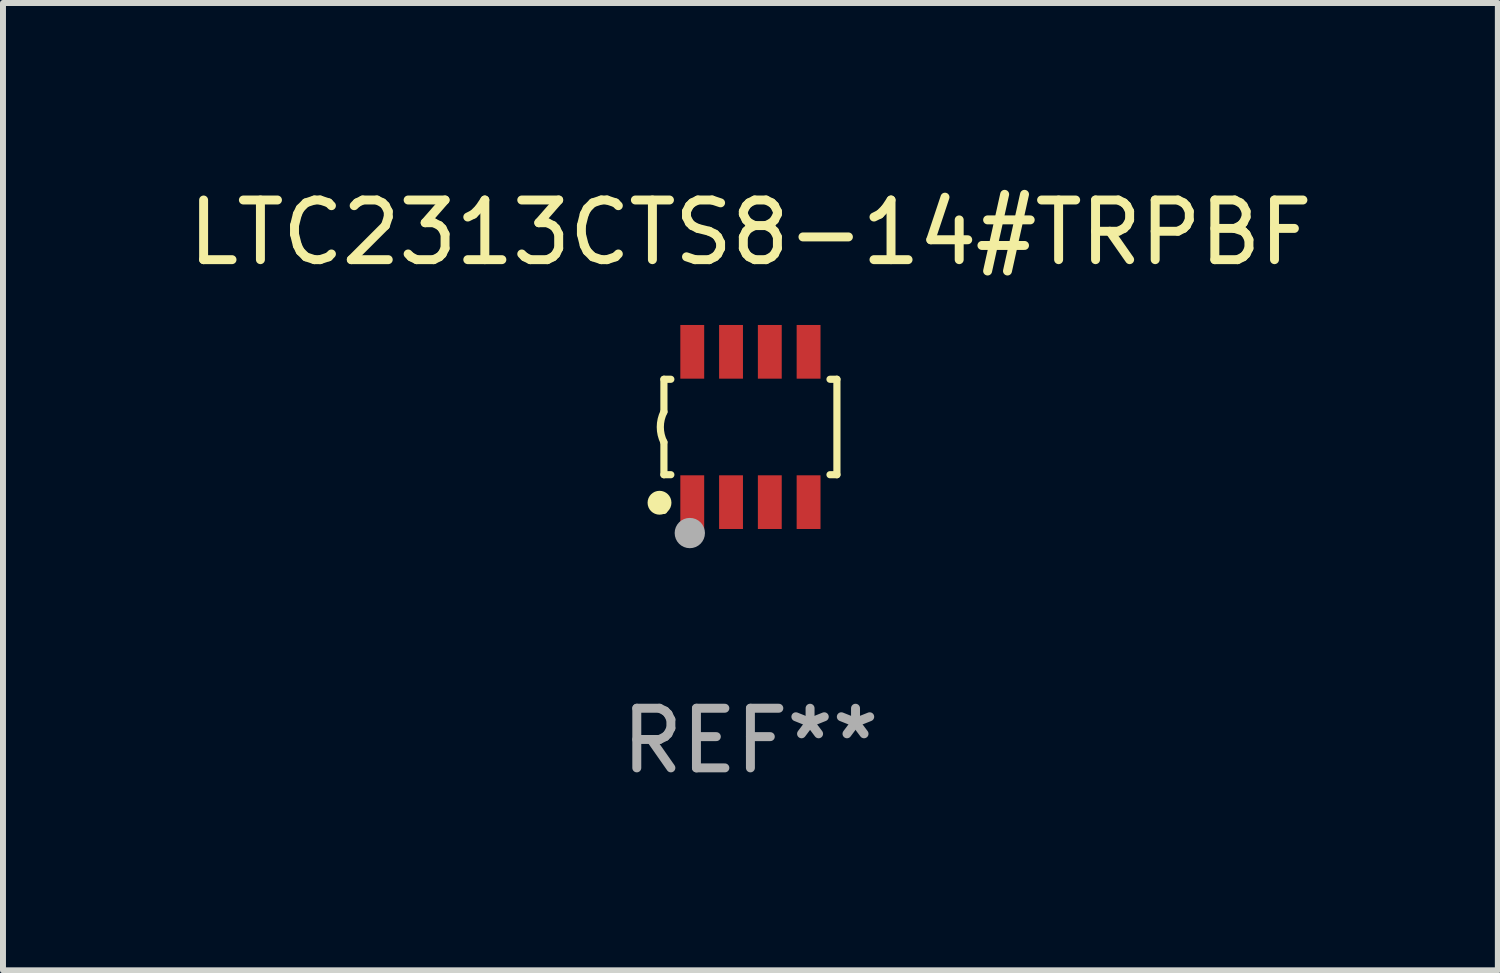
<source format=kicad_pcb>
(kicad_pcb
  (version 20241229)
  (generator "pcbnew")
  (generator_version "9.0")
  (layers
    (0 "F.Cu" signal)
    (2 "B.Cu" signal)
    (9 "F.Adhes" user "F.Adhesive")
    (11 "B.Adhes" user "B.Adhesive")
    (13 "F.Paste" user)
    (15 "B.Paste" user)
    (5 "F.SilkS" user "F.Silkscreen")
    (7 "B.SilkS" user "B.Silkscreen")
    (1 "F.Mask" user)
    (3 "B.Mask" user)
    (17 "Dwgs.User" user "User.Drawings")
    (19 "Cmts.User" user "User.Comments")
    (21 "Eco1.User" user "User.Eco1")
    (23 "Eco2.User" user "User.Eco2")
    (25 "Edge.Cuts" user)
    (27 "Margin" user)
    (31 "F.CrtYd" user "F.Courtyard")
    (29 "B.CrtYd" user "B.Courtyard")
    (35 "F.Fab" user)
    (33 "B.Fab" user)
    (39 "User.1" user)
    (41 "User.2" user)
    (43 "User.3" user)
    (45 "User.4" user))
  (footprint "LTC2313CTS8-14#TRPBF"
    (layer "F.Cu")
    (at 9.53 4.108)
    (property "Reference" "LTC2313CTS8-14#TRPBF" (at 0 -3.26 0) (layer "F.SilkS") (effects (font (size 1 1) (thickness 0.15))))
    (attr through_hole)
    (fp_line (start -1.45 -0.8) (end -1.45 -0.254) (stroke (width 0.12) (type solid)) (layer "F.SilkS"))
    (fp_line (start -1.45 -0.8) (end -1.334 -0.8) (stroke (width 0.12) (type solid)) (layer "F.SilkS"))
    (fp_line (start -1.45 0.8) (end -1.45 0.254) (stroke (width 0.12) (type solid)) (layer "F.SilkS"))
    (fp_line (start -1.45 0.8) (end -1.334 0.8) (stroke (width 0.12) (type solid)) (layer "F.SilkS"))
    (fp_line (start 1.334 -0.8) (end 1.45 -0.8) (stroke (width 0.12) (type solid)) (layer "F.SilkS"))
    (fp_line (start 1.334 0.8) (end 1.45 0.8) (stroke (width 0.12) (type solid)) (layer "F.SilkS"))
    (fp_line (start 1.45 0.8) (end 1.45 -0.8) (stroke (width 0.12) (type solid)) (layer "F.SilkS"))
    (fp_arc (start -1.45075 0.255144) (mid -1.510605 0.000434) (end -1.450013 -0.254102) (stroke (width 0.11999) (type solid)) (layer "F.SilkS"))
    (fp_circle (center -1.524 1.27) (end -1.424 1.27) (stroke (width 0.2) (type solid)) (fill no) (layer "F.SilkS"))
    (fp_circle (center -1.45 1.4) (end -1.42 1.4) (stroke (width 0.06) (type solid)) (fill no) (layer "F.SilkS"))
    (fp_circle (center -1.016 1.778) (end -0.889 1.778) (stroke (width 0.254) (type solid)) (fill no) (layer "F.Fab"))
    (fp_text user "REF**" (at 0 5.26 0) (layer "F.Fab") (effects (font (size 1 1) (thickness 0.15))))
    (pad "1" smd rect (at -0.975 1.26) (size 0.4 0.9) (layers "F.Cu" "F.Mask" "F.Paste"))
    (pad "2" smd rect (at -0.325 1.26) (size 0.4 0.9) (layers "F.Cu" "F.Mask" "F.Paste"))
    (pad "3" smd rect (at 0.325 1.26) (size 0.4 0.9) (layers "F.Cu" "F.Mask" "F.Paste"))
    (pad "4" smd rect (at 0.975 1.26) (size 0.4 0.9) (layers "F.Cu" "F.Mask" "F.Paste"))
    (pad "5" smd rect (at 0.975 -1.26) (size 0.4 0.9) (layers "F.Cu" "F.Mask" "F.Paste"))
    (pad "6" smd rect (at 0.325 -1.26) (size 0.4 0.9) (layers "F.Cu" "F.Mask" "F.Paste"))
    (pad "7" smd rect (at -0.325 -1.26) (size 0.4 0.9) (layers "F.Cu" "F.Mask" "F.Paste"))
    (pad "8" smd rect (at -0.975 -1.26) (size 0.4 0.9) (layers "F.Cu" "F.Mask" "F.Paste")))
  (gr_rect
    (start -3 -3)
    (end 22.06 13.216)
    (stroke (width 0.1) (type default))
    (fill no)
    (layer "Edge.Cuts")))
</source>
